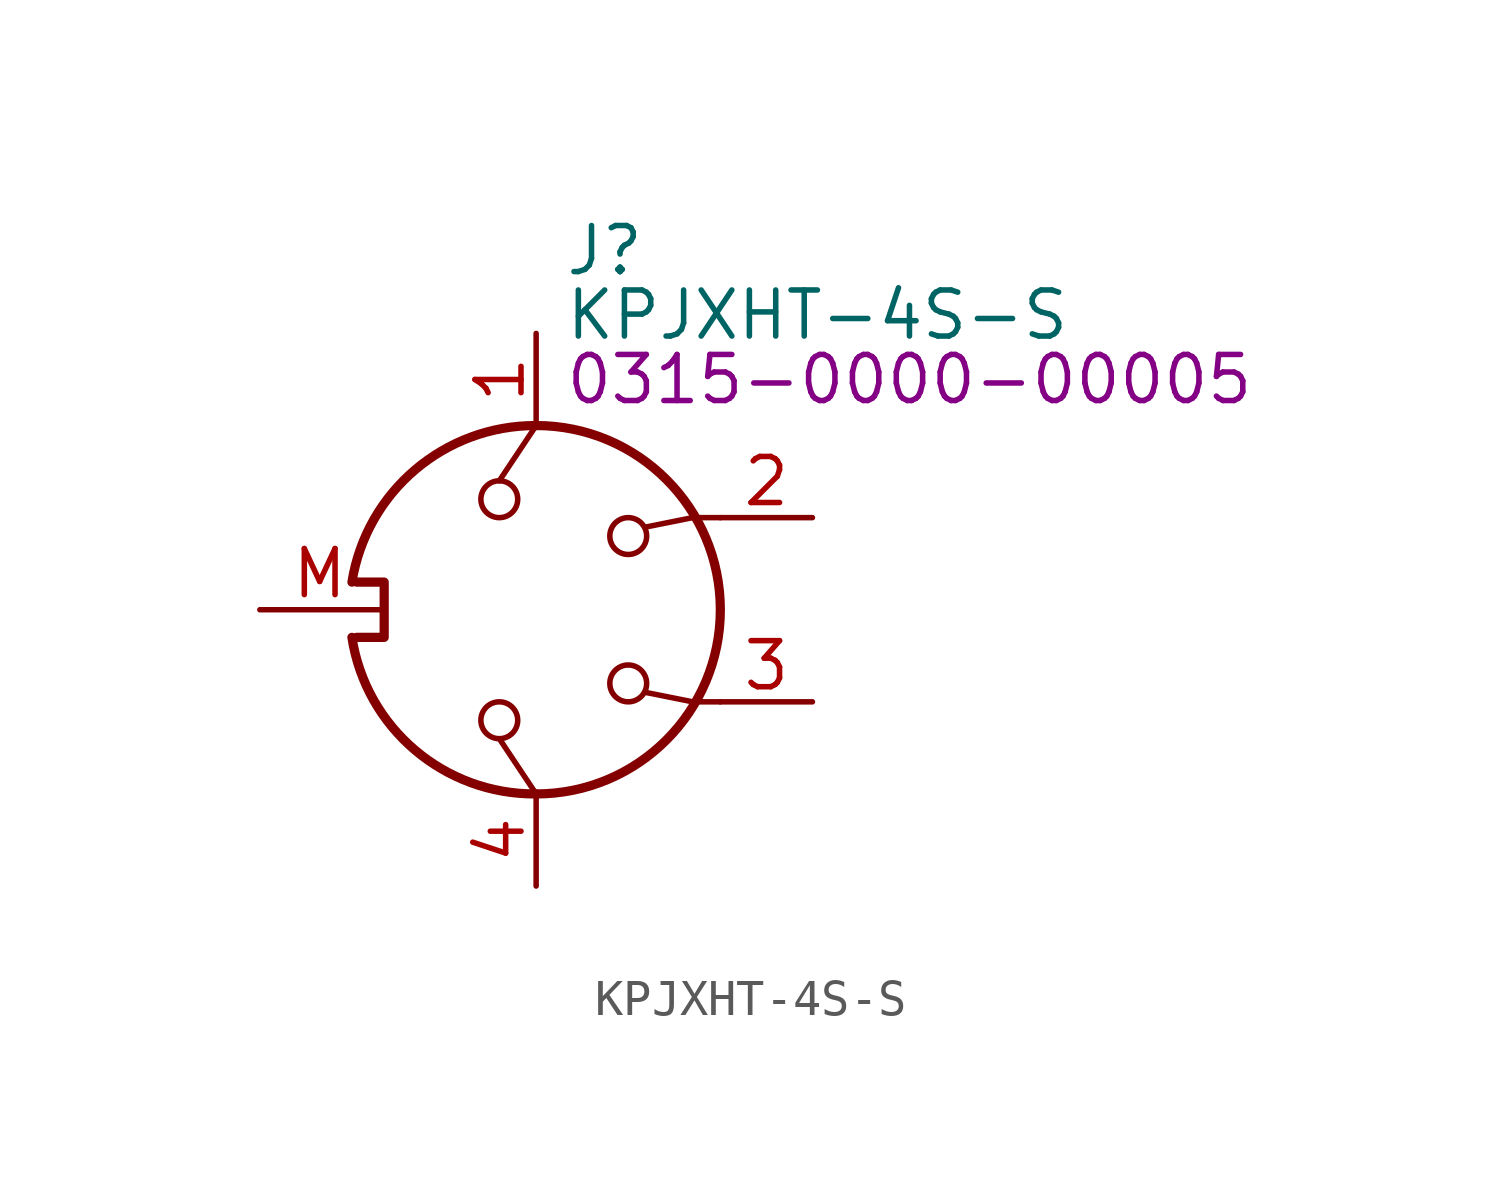
<source format=kicad_sym>
(kicad_symbol_lib
  (version 20231120)
  (generator "kicad_symbol_editor")
  (generator_version "8.0")
  (symbol "KPJXHT-4S-S"
    (property "Reference" "J"
      (at 0.762 9.906 0)
      (effects (font (size 1.27 1.27)) (justify left)))
    (property "Value" "KPJXHT-4S-S"
      (at 0.762 8.128 0)
      (effects (font (size 1.27 1.27)) (justify left)))
    (property "PartNumber" "0315-0000-00005"
      (at 0.762 6.35 0)
      (effects (font (size 1.27 1.27)) (justify left)))
    (symbol "KPJXHT-4S-S_0_1"
      (arc (start -5.08 -0.762) (mid -3.3444 -3.8673) (end 0 -5.08) (stroke (width 0.254) (type default)) (fill (type none)))
      (circle (center -1.016 -3.048) (radius 0.508) (stroke (width 0) (type default)) (fill (type none)))
      (circle (center -1.016 3.048) (radius 0.508) (stroke (width 0) (type default)) (fill (type none)))
      (arc (start 0 -5.08) (mid 5.0579 0) (end 0 5.08) (stroke (width 0.254) (type default)) (fill (type none)))
      (polyline (pts (xy -1.016 3.556) (xy 0 5.08)) (stroke (width 0) (type default)) (fill (type none)))
      (polyline (pts (xy 0 -5.08) (xy -1.016 -3.556)) (stroke (width 0) (type default)) (fill (type none)))
      (polyline (pts (xy 5.08 -2.54) (xy 4.318 -2.54) (xy 3.048 -2.286)) (stroke (width 0) (type default)) (fill (type none)))
      (polyline (pts (xy 5.08 2.54) (xy 4.318 2.54) (xy 3.048 2.286)) (stroke (width 0) (type default)) (fill (type none)))
      (polyline (pts (xy -4.953 0.762) (xy -4.191 0.762) (xy -4.191 -0.762) (xy -4.953 -0.762)) (stroke (width 0.254) (type default)) (fill (type none)))
      (arc (start 0 5.08) (mid -3.3379 3.8597) (end -5.08 0.762) (stroke (width 0.254) (type default)) (fill (type none)))
      (circle (center 2.54 -2.032) (radius 0.508) (stroke (width 0) (type default)) (fill (type none)))
      (circle (center 2.54 2.032) (radius 0.508) (stroke (width 0) (type default)) (fill (type none))))
    (symbol "KPJXHT-4S-S_1_1"
      (pin passive line (at 0 7.62 270) (length 2.54) (name "~" (effects (font (size 1.27 1.27)))) (number "1" (effects (font (size 1.27 1.27)))))
      (pin passive line (at 7.62 2.54 180) (length 2.54) (name "~" (effects (font (size 1.27 1.27)))) (number "2" (effects (font (size 1.27 1.27)))))
      (pin passive line (at 7.62 -2.54 180) (length 2.54) (name "~" (effects (font (size 1.27 1.27)))) (number "3" (effects (font (size 1.27 1.27)))))
      (pin passive line (at 0 -7.62 90) (length 2.54) (name "~" (effects (font (size 1.27 1.27)))) (number "4" (effects (font (size 1.27 1.27)))))
      (pin passive line (at -7.62 0 0) (length 3.3) (name "~" (effects (font (size 1.27 1.27)))) (number "M" (effects (font (size 1.27 1.27))))))))
</source>
